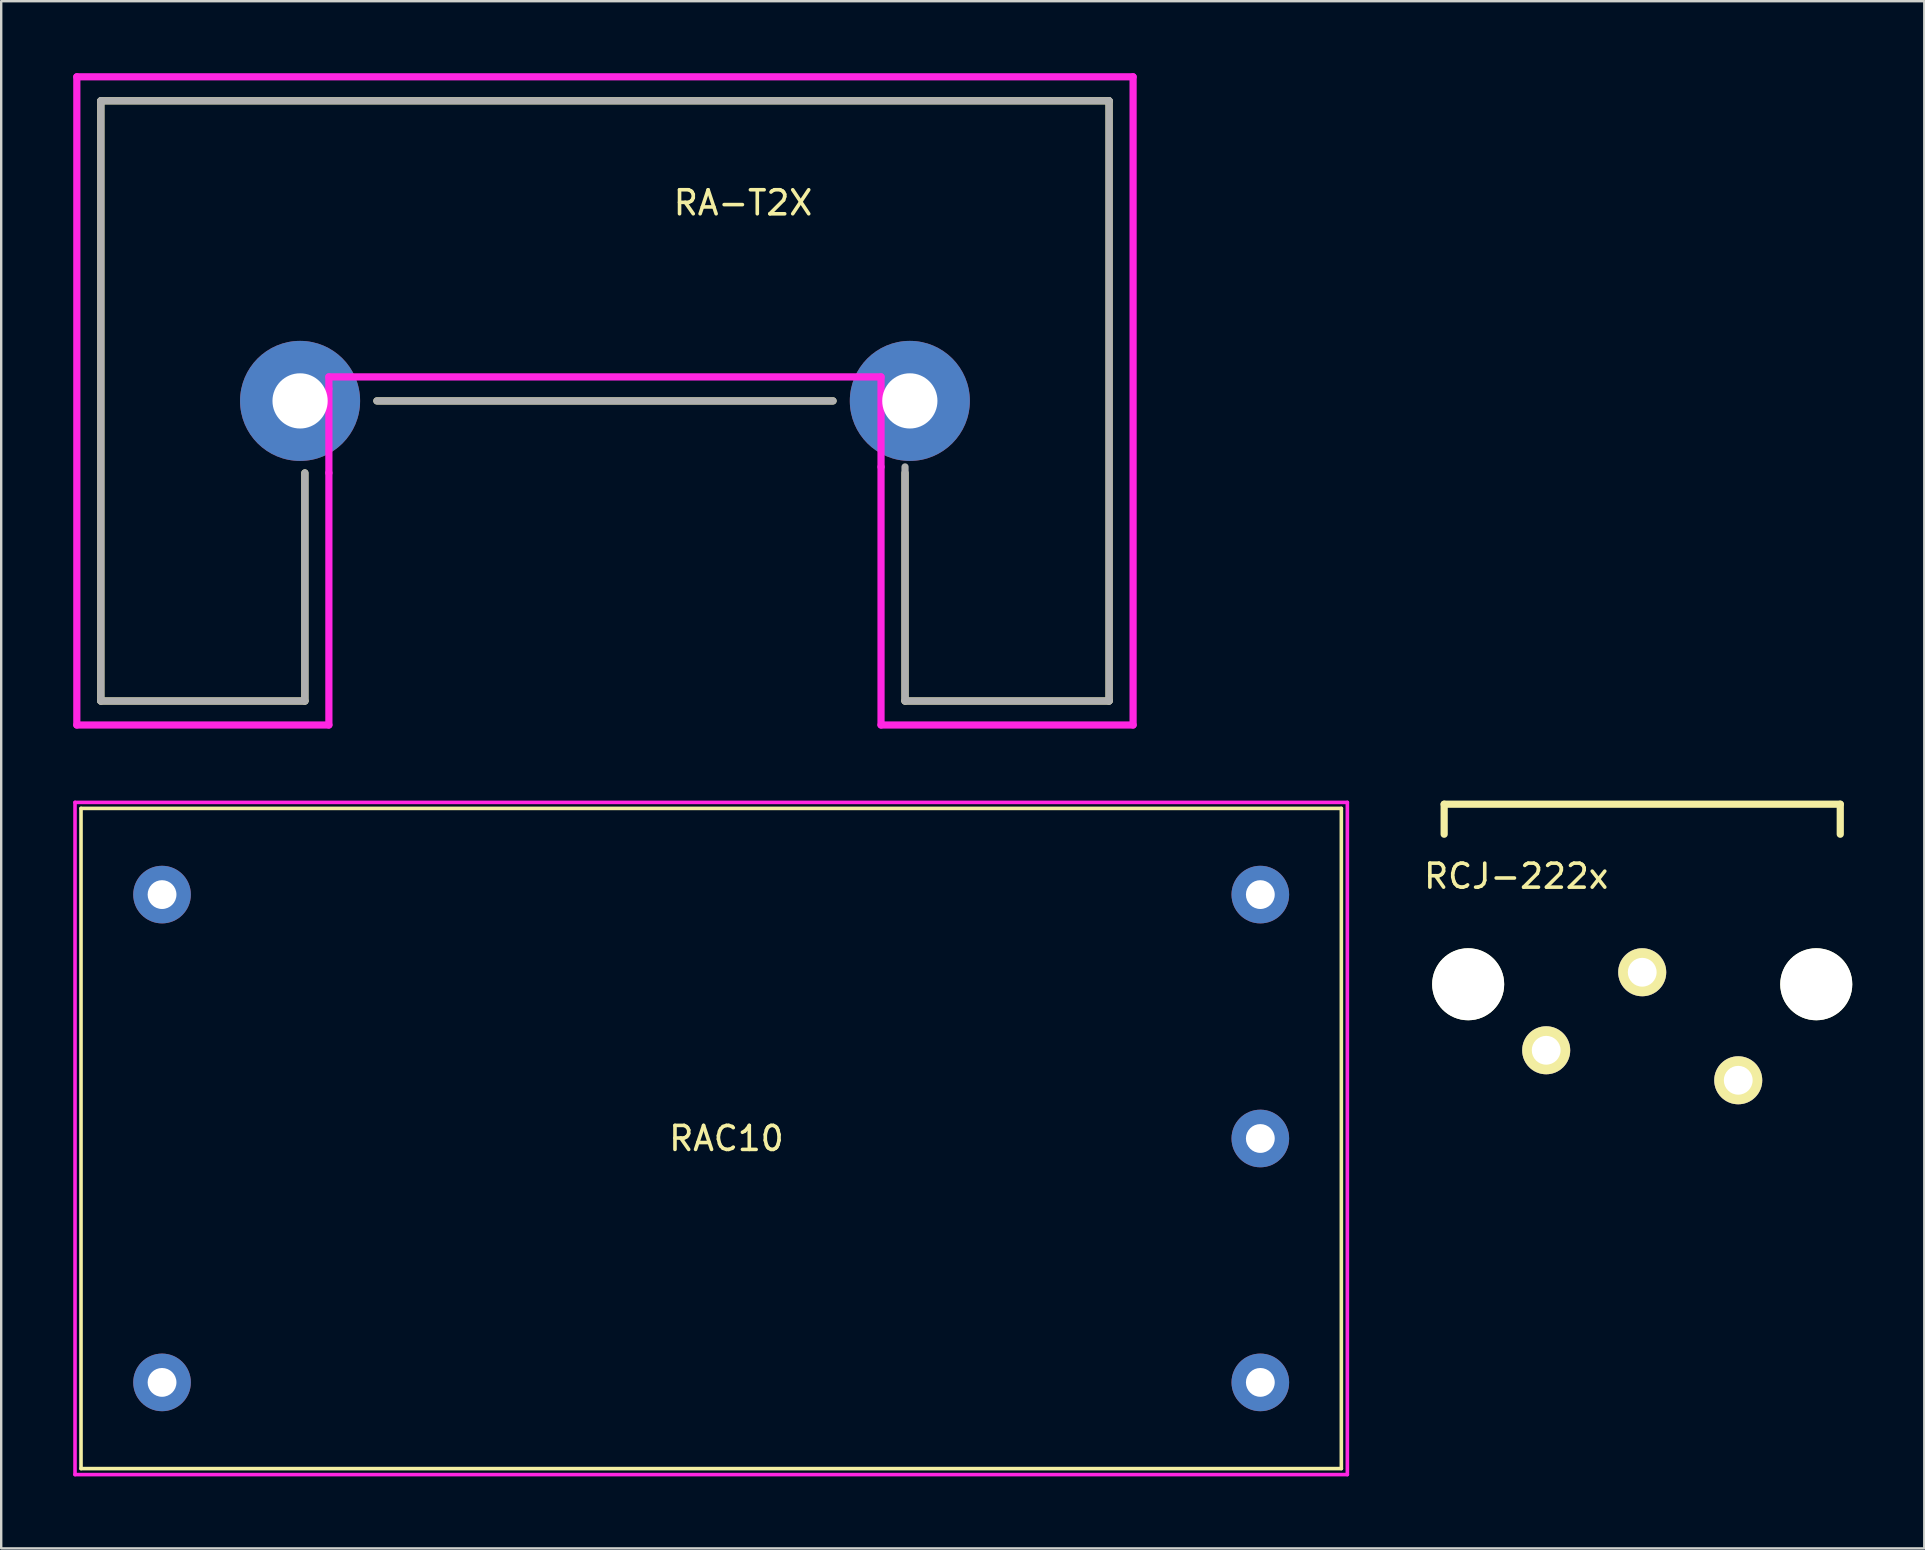
<source format=kicad_pcb>
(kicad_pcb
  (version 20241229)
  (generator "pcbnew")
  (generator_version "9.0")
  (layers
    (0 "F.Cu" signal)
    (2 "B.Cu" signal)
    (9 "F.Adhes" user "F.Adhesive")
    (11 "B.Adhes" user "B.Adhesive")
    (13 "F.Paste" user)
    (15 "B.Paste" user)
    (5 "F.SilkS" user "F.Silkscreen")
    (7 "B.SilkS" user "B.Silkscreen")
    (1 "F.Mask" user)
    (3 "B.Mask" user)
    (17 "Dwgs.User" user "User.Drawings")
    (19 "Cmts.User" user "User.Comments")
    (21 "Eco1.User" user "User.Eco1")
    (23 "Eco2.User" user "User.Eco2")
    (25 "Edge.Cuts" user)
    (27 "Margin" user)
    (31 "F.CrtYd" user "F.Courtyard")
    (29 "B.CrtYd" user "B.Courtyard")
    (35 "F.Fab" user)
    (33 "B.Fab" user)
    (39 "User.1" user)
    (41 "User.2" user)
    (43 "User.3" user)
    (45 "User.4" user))
  (footprint "RCJ-222x"
    (layer "F.Cu")
    (at 65.358 37.45)
    (property "Reference" "RCJ-222x" (at -5.25 -4 0) (layer "F.SilkS") (effects (font (size 1 1) (thickness 0.15))))
    (attr through_hole)
    (fp_line (start -8.25 -7) (end -8.25 -5.75) (stroke (width 0.3) (type solid)) (layer "F.SilkS"))
    (fp_line (start -8.25 -7) (end 8.25 -7) (stroke (width 0.3) (type solid)) (layer "F.SilkS"))
    (fp_line (start 8.25 -7) (end 8.25 -5.75) (stroke (width 0.3) (type solid)) (layer "F.SilkS"))
    (pad "" np_thru_hole circle (at -7.25 0.5) (size 3 3) (drill 3) (layers "*.Cu" "*.Mask" "F.SilkS"))
    (pad "" np_thru_hole circle (at 7.25 0.5) (size 3 3) (drill 3) (layers "*.Cu" "*.Mask" "F.SilkS"))
    (pad "1" thru_hole circle (at 0 0) (size 2 2) (drill 1.2) (layers "*.Cu" "*.Mask" "F.SilkS"))
    (pad "2" thru_hole circle (at -4 3.25) (size 2 2) (drill 1.2) (layers "*.Cu" "*.Mask" "F.SilkS"))
    (pad "3" thru_hole circle (at 4 4.5) (size 2 2) (drill 1.2) (layers "*.Cu" "*.Mask" "F.SilkS")))
  (footprint "RAC10"
    (layer "F.Cu")
    (at 26.575 44.375)
    (property "Reference" "RAC10" (at 0.635 0 0) (layer "F.SilkS") (effects (font (size 1 1) (thickness 0.15))))
    (attr through_hole)
    (fp_line (start -26.25 -13.75) (end 26.25 -13.75) (stroke (width 0.15) (type solid)) (layer "F.SilkS"))
    (fp_line (start -26.25 13.75) (end -26.25 -13.75) (stroke (width 0.15) (type solid)) (layer "F.SilkS"))
    (fp_line (start 26.25 -13.75) (end 26.25 13.75) (stroke (width 0.15) (type solid)) (layer "F.SilkS"))
    (fp_line (start 26.25 13.75) (end -26.25 13.75) (stroke (width 0.15) (type solid)) (layer "F.SilkS"))
    (fp_line (start -26.5 -14) (end 26.5 -14) (stroke (width 0.15) (type solid)) (layer "F.CrtYd"))
    (fp_line (start -26.5 14) (end -26.5 -14) (stroke (width 0.15) (type solid)) (layer "F.CrtYd"))
    (fp_line (start 26.5 -14) (end 26.5 14) (stroke (width 0.15) (type solid)) (layer "F.CrtYd"))
    (fp_line (start 26.5 14) (end -26.5 14) (stroke (width 0.15) (type solid)) (layer "F.CrtYd"))
    (pad "1" thru_hole circle (at -22.875 -10.16) (size 2.4 2.4) (drill 1.2) (layers "*.Cu" "*.Mask"))
    (pad "2" thru_hole circle (at -22.875 10.16) (size 2.4 2.4) (drill 1.2) (layers "*.Cu" "*.Mask"))
    (pad "3" thru_hole circle (at 22.875 10.16) (size 2.4 2.4) (drill 1.2) (layers "*.Cu" "*.Mask"))
    (pad "4" thru_hole circle (at 22.875 0) (size 2.4 2.4) (drill 1.2) (layers "*.Cu" "*.Mask"))
    (pad "5" thru_hole circle (at 22.875 -10.16) (size 2.4 2.4) (drill 1.2) (layers "*.Cu" "*.Mask")))
  (footprint "RA-T2X"
    (layer "F.Cu")
    (at 22.15 16.65)
    (property "Reference" "RA-T2X" (at 5.75 -11.25 0) (layer "F.SilkS") (effects (font (size 1 1) (thickness 0.15))))
    (attr through_hole)
    (fp_line (start -21 -15.5) (end -21 9.5) (stroke (width 0.3) (type solid)) (layer "F.SilkS"))
    (fp_line (start -21 9.5) (end -12.5 9.5) (stroke (width 0.3) (type solid)) (layer "F.SilkS"))
    (fp_line (start -12.5 0) (end -12.5 9.5) (stroke (width 0.3) (type solid)) (layer "F.SilkS"))
    (fp_line (start -9.5 -3) (end 9.5 -3) (stroke (width 0.3) (type solid)) (layer "F.SilkS"))
    (fp_line (start 12.5 0) (end 12.5 9.5) (stroke (width 0.3) (type solid)) (layer "F.SilkS"))
    (fp_line (start 12.5 9.5) (end 21 9.5) (stroke (width 0.3) (type solid)) (layer "F.SilkS"))
    (fp_line (start 21 -15.5) (end -21 -15.5) (stroke (width 0.3) (type solid)) (layer "F.SilkS"))
    (fp_line (start 21 9.5) (end 21 -15.5) (stroke (width 0.3) (type solid)) (layer "F.SilkS"))
    (fp_line (start -22 -16.5) (end -22 10.5) (stroke (width 0.3) (type solid)) (layer "F.CrtYd"))
    (fp_line (start -22 10.5) (end -11.5 10.5) (stroke (width 0.3) (type solid)) (layer "F.CrtYd"))
    (fp_line (start -11.5 -4) (end 11.5 -4) (stroke (width 0.3) (type solid)) (layer "F.CrtYd"))
    (fp_line (start -11.5 -3.5) (end -11.5 -4) (stroke (width 0.3) (type solid)) (layer "F.CrtYd"))
    (fp_line (start -11.5 0) (end -11.5 -3.5) (stroke (width 0.3) (type solid)) (layer "F.CrtYd"))
    (fp_line (start -11.5 10.5) (end -11.5 0) (stroke (width 0.3) (type solid)) (layer "F.CrtYd"))
    (fp_line (start 11.5 -4) (end 11.5 -0.25) (stroke (width 0.3) (type solid)) (layer "F.CrtYd"))
    (fp_line (start 11.5 -0.25) (end 11.5 10.5) (stroke (width 0.3) (type solid)) (layer "F.CrtYd"))
    (fp_line (start 11.5 10.5) (end 22 10.5) (stroke (width 0.3) (type solid)) (layer "F.CrtYd"))
    (fp_line (start 22 -16.5) (end -22 -16.5) (stroke (width 0.3) (type solid)) (layer "F.CrtYd"))
    (fp_line (start 22 10.5) (end 22 -16.5) (stroke (width 0.3) (type solid)) (layer "F.CrtYd"))
    (fp_line (start -21 -15.5) (end -21 9.5) (stroke (width 0.3) (type solid)) (layer "F.Fab"))
    (fp_line (start -21 9.5) (end -12.5 9.5) (stroke (width 0.3) (type solid)) (layer "F.Fab"))
    (fp_line (start -12.5 9.5) (end -12.5 0) (stroke (width 0.3) (type solid)) (layer "F.Fab"))
    (fp_line (start -9.5 -3) (end 9.5 -3) (stroke (width 0.3) (type solid)) (layer "F.Fab"))
    (fp_line (start 12.5 -0.25) (end 12.5 9.5) (stroke (width 0.3) (type solid)) (layer "F.Fab"))
    (fp_line (start 12.5 9.5) (end 21 9.5) (stroke (width 0.3) (type solid)) (layer "F.Fab"))
    (fp_line (start 21 -15.5) (end -21 -15.5) (stroke (width 0.3) (type solid)) (layer "F.Fab"))
    (fp_line (start 21 9.5) (end 21 -15.5) (stroke (width 0.3) (type solid)) (layer "F.Fab"))
    (pad "1" thru_hole circle (at -12.7 -3) (size 5 5) (drill 2.3) (layers "*.Cu" "*.Mask"))
    (pad "1" thru_hole circle (at 12.7 -3) (size 5 5) (drill 2.3) (layers "*.Cu" "*.Mask")))
  (gr_rect
    (start -3 -3)
    (end 77.108 61.45)
    (stroke (width 0.1) (type default))
    (fill no)
    (layer "Edge.Cuts")))
</source>
